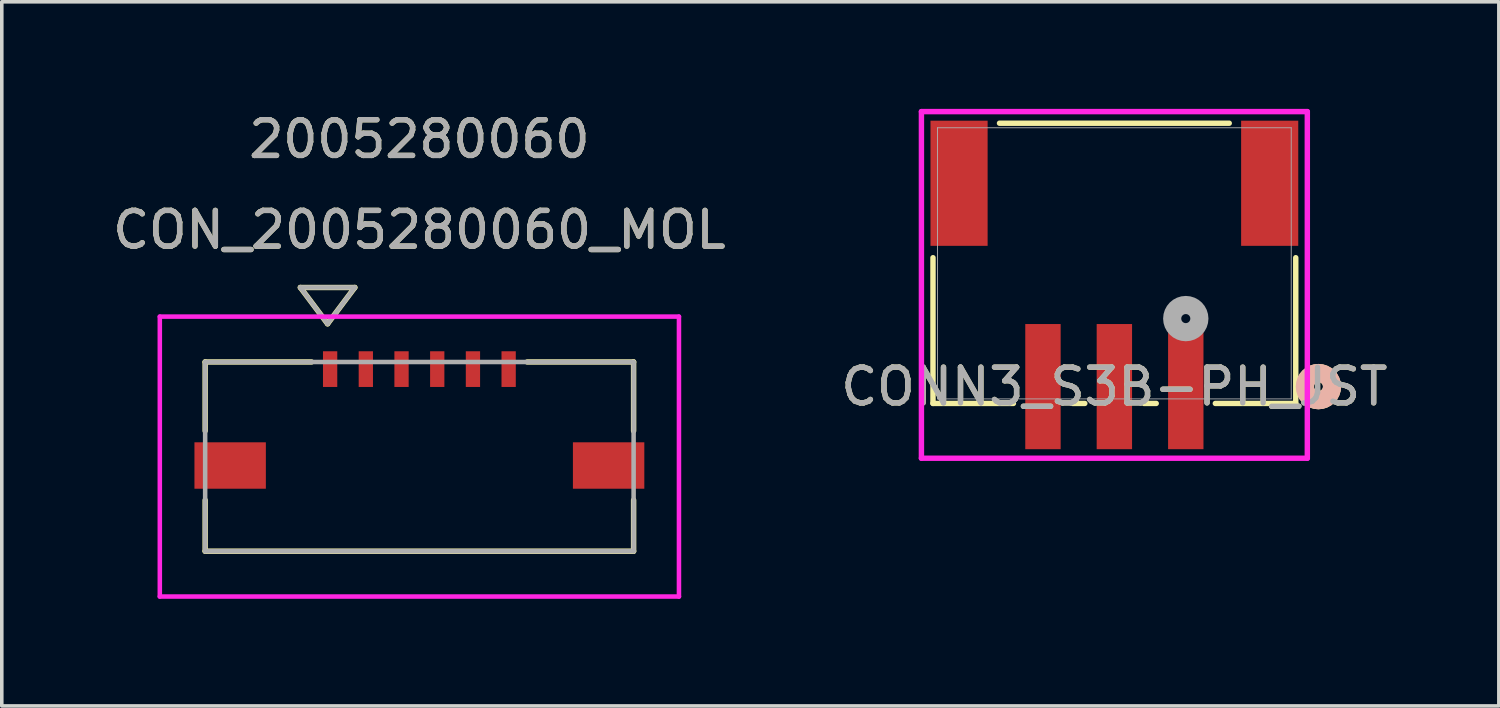
<source format=kicad_pcb>
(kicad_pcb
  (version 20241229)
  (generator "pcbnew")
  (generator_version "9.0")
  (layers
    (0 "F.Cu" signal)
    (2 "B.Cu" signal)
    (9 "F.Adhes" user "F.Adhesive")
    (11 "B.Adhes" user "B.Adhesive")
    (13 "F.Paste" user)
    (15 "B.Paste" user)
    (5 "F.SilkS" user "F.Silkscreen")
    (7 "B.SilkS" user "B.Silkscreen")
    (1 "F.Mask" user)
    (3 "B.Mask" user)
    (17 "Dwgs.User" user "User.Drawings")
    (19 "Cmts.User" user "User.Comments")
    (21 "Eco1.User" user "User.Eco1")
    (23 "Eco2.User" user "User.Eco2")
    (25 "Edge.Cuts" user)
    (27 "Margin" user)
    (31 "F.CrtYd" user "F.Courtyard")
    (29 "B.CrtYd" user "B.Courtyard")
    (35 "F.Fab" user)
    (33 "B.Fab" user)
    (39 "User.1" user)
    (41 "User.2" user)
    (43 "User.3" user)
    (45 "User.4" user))
  (footprint "CON_2005280060_MOL"
    (layer "F.Cu")
    (at 8.696 9.738)
    (property "Reference" "CON_2005280060_MOL" (at 0 -6.35 0) (unlocked yes) (layer "F.SilkS") (effects (font (size 1 1) (thickness 0.15))))
    (attr smd)
    (fp_line (start -6 -2.65) (end -6 -0.72) (stroke (width 0.152) (type solid)) (layer "F.SilkS"))
    (fp_line (start -6 1.22) (end -6 2.65) (stroke (width 0.152) (type solid)) (layer "F.SilkS"))
    (fp_line (start -6 2.65) (end 6 2.65) (stroke (width 0.152) (type solid)) (layer "F.SilkS"))
    (fp_line (start -3.333 -4.736) (end -2.571 -3.72) (stroke (width 0.152) (type solid)) (layer "F.SilkS"))
    (fp_line (start -3.333 -4.736) (end -1.809 -4.736) (stroke (width 0.152) (type solid)) (layer "F.SilkS"))
    (fp_line (start -3.02 -2.65) (end -6 -2.65) (stroke (width 0.152) (type solid)) (layer "F.SilkS"))
    (fp_line (start -1.809 -4.736) (end -2.571 -3.72) (stroke (width 0.152) (type solid)) (layer "F.SilkS"))
    (fp_line (start 6 -2.65) (end 3.02 -2.65) (stroke (width 0.152) (type solid)) (layer "F.SilkS"))
    (fp_line (start 6 -0.72) (end 6 -2.65) (stroke (width 0.152) (type solid)) (layer "F.SilkS"))
    (fp_line (start 6 2.65) (end 6 1.22) (stroke (width 0.152) (type solid)) (layer "F.SilkS"))
    (fp_line (start -7.27 -3.92) (end -7.27 3.92) (stroke (width 0.127) (type solid)) (layer "F.CrtYd"))
    (fp_line (start -7.27 3.92) (end 7.27 3.92) (stroke (width 0.127) (type solid)) (layer "F.CrtYd"))
    (fp_line (start 7.27 -3.92) (end -7.27 -3.92) (stroke (width 0.127) (type solid)) (layer "F.CrtYd"))
    (fp_line (start 7.27 3.92) (end 7.27 -3.92) (stroke (width 0.127) (type solid)) (layer "F.CrtYd"))
    (fp_line (start -6 -2.65) (end -6 2.65) (stroke (width 0.127) (type solid)) (layer "F.Fab"))
    (fp_line (start -6 2.65) (end 6 2.65) (stroke (width 0.127) (type solid)) (layer "F.Fab"))
    (fp_line (start -3.333 -4.736) (end -2.571 -3.72) (stroke (width 0.127) (type solid)) (layer "F.Fab"))
    (fp_line (start -3.333 -4.736) (end -1.809 -4.736) (stroke (width 0.127) (type solid)) (layer "F.Fab"))
    (fp_line (start -1.809 -4.736) (end -2.571 -3.72) (stroke (width 0.127) (type solid)) (layer "F.Fab"))
    (fp_line (start 6 -2.65) (end -6 -2.65) (stroke (width 0.127) (type solid)) (layer "F.Fab"))
    (fp_line (start 6 2.65) (end 6 -2.65) (stroke (width 0.127) (type solid)) (layer "F.Fab"))
    (fp_text user "2005280060" (at 0 -8.89 0) (unlocked yes) (layer "F.SilkS") (effects (font (size 1 1) (thickness 0.15))))
    (fp_text user "${REFERENCE}" (at 0 -6.35 0) (unlocked yes) (layer "F.Fab") (effects (font (size 1 1) (thickness 0.15))))
    (fp_text user "2005280060" (at 0 -8.89 0) (unlocked yes) (layer "F.Fab") (effects (font (size 1 1) (thickness 0.15))))
    (pad "1" smd rect (at -2.5 -2.45) (size 0.4 1) (layers "F.Cu" "F.Mask" "F.Paste"))
    (pad "2" smd rect (at -1.5 -2.45) (size 0.4 1) (layers "F.Cu" "F.Mask" "F.Paste"))
    (pad "3" smd rect (at -0.5 -2.45) (size 0.4 1) (layers "F.Cu" "F.Mask" "F.Paste"))
    (pad "4" smd rect (at 0.5 -2.45) (size 0.4 1) (layers "F.Cu" "F.Mask" "F.Paste"))
    (pad "5" smd rect (at 1.5 -2.45) (size 0.4 1) (layers "F.Cu" "F.Mask" "F.Paste"))
    (pad "6" smd rect (at 2.5 -2.45) (size 0.4 1) (layers "F.Cu" "F.Mask" "F.Paste"))
    (pad "P1" smd rect (at -5.3 0.25) (size 2 1.3) (layers "F.Cu" "F.Mask" "F.Paste"))
    (pad "P2" smd rect (at 5.3 0.25) (size 2 1.3) (layers "F.Cu" "F.Mask" "F.Paste")))
  (footprint "CONN3_S3B-PH_JST"
    (layer "F.Cu")
    (at 28.161 4.325)
    (property "Reference" "CONN3_S3B-PH_JST" (at 0 3.453 0) (unlocked yes) (layer "F.SilkS") (effects (font (size 1 1) (thickness 0.15))))
    (attr smd)
    (fp_line (start -5.08 -0.157) (end -5.08 3.924) (stroke (width 0.152) (type solid)) (layer "F.SilkS"))
    (fp_line (start -5.08 3.924) (end -2.828 3.924) (stroke (width 0.152) (type solid)) (layer "F.SilkS"))
    (fp_line (start -1.172 3.924) (end -0.828 3.924) (stroke (width 0.152) (type solid)) (layer "F.SilkS"))
    (fp_line (start 0.828 3.924) (end 1.172 3.924) (stroke (width 0.152) (type solid)) (layer "F.SilkS"))
    (fp_line (start 2.828 3.924) (end 5.08 3.924) (stroke (width 0.152) (type solid)) (layer "F.SilkS"))
    (fp_line (start 3.217 -3.924) (end -3.217 -3.924) (stroke (width 0.152) (type solid)) (layer "F.SilkS"))
    (fp_line (start 5.08 3.924) (end 5.08 -0.157) (stroke (width 0.152) (type solid)) (layer "F.SilkS"))
    (fp_circle (center 5.715 3.453) (end 6.096 3.453) (stroke (width 0.508) (type solid)) (fill no) (layer "F.SilkS"))
    (fp_circle (center 5.715 3.453) (end 6.096 3.453) (stroke (width 0.508) (type solid)) (fill no) (layer "B.SilkS"))
    (fp_line (start -5.404 -4.249) (end -5.404 5.459) (stroke (width 0.152) (type solid)) (layer "F.CrtYd"))
    (fp_line (start -5.404 5.459) (end 5.404 5.459) (stroke (width 0.152) (type solid)) (layer "F.CrtYd"))
    (fp_line (start 5.404 -4.249) (end -5.404 -4.249) (stroke (width 0.152) (type solid)) (layer "F.CrtYd"))
    (fp_line (start 5.404 5.459) (end 5.404 -4.249) (stroke (width 0.152) (type solid)) (layer "F.CrtYd"))
    (fp_line (start -4.953 -3.797) (end -4.953 3.797) (stroke (width 0.025) (type solid)) (layer "F.Fab"))
    (fp_line (start -4.953 3.797) (end 4.953 3.797) (stroke (width 0.025) (type solid)) (layer "F.Fab"))
    (fp_line (start 4.953 -3.797) (end -4.953 -3.797) (stroke (width 0.025) (type solid)) (layer "F.Fab"))
    (fp_line (start 4.953 3.797) (end 4.953 -3.797) (stroke (width 0.025) (type solid)) (layer "F.Fab"))
    (fp_circle (center 2 1.548) (end 2.381 1.548) (stroke (width 0.508) (type solid)) (fill no) (layer "F.Fab"))
    (fp_text user "${REFERENCE}" (at 0 3.453 0) (unlocked yes) (layer "F.Fab") (effects (font (size 1 1) (thickness 0.15))))
    (pad "1" smd rect (at 2 3.453) (size 0.991 3.505) (layers "F.Cu" "F.Mask" "F.Paste"))
    (pad "2" smd rect (at 0 3.453) (size 0.991 3.505) (layers "F.Cu" "F.Mask" "F.Paste"))
    (pad "3" smd rect (at -2 3.453) (size 0.991 3.505) (layers "F.Cu" "F.Mask" "F.Paste"))
    (pad "4" smd rect (at -4.35 -2.242) (size 1.6 3.505) (layers "F.Cu" "F.Mask" "F.Paste"))
    (pad "5" smd rect (at 4.35 -2.242) (size 1.6 3.505) (layers "F.Cu" "F.Mask" "F.Paste")))
  (gr_rect
    (start -3 -3)
    (end 38.929 16.722)
    (stroke (width 0.1) (type default))
    (fill no)
    (layer "Edge.Cuts")))
</source>
